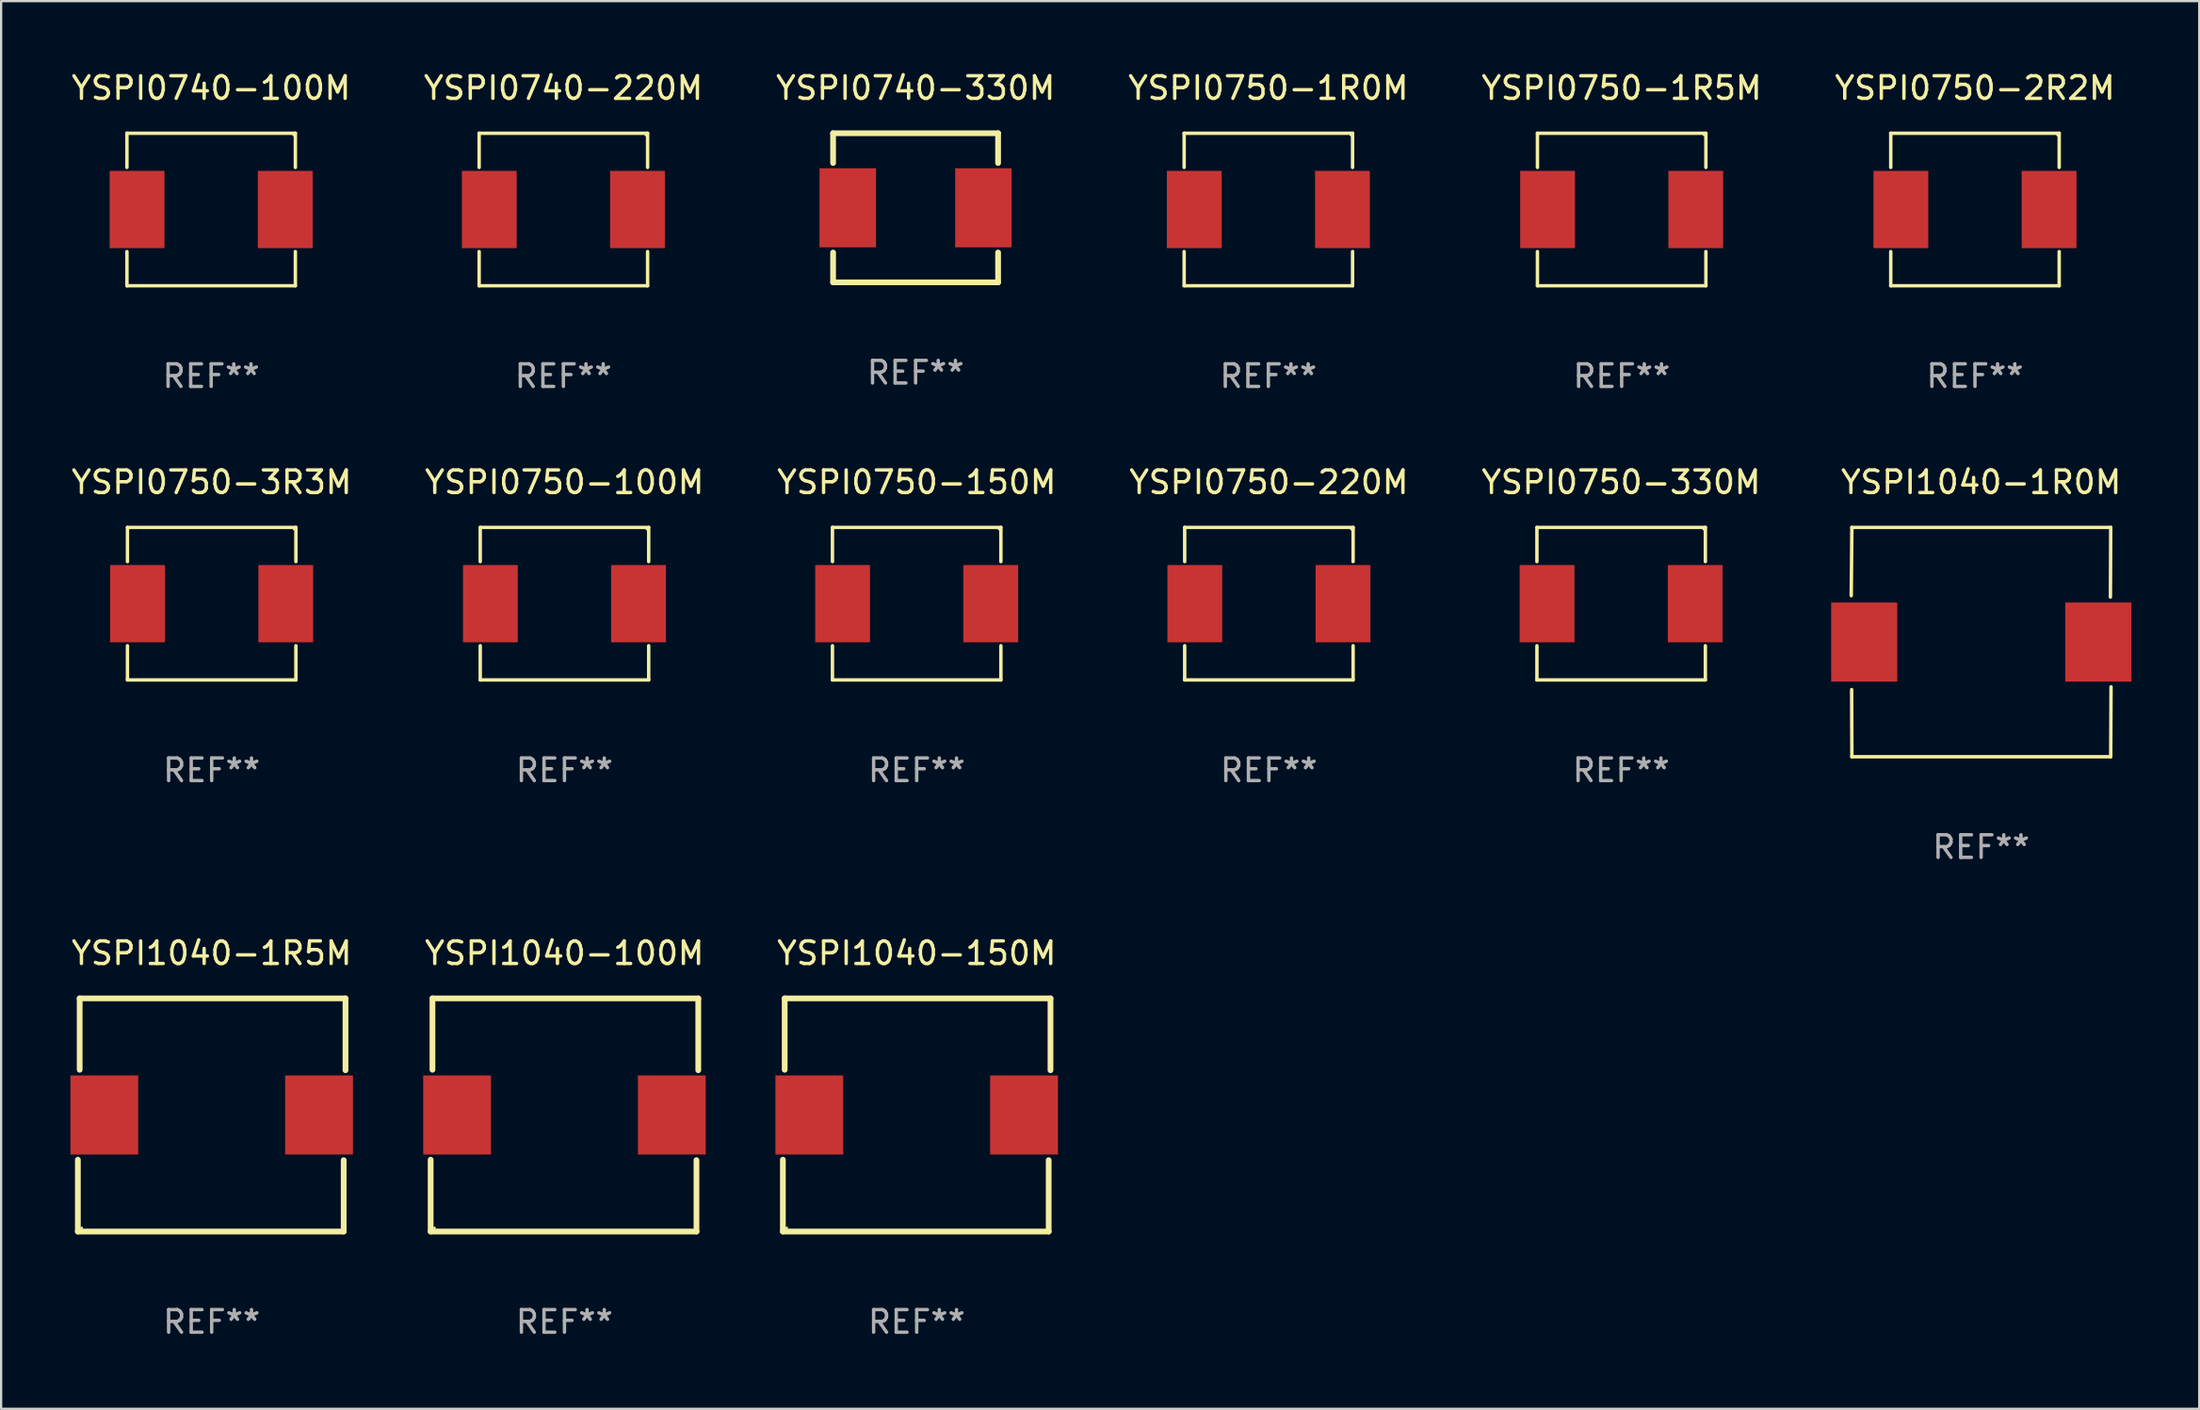
<source format=kicad_pcb>
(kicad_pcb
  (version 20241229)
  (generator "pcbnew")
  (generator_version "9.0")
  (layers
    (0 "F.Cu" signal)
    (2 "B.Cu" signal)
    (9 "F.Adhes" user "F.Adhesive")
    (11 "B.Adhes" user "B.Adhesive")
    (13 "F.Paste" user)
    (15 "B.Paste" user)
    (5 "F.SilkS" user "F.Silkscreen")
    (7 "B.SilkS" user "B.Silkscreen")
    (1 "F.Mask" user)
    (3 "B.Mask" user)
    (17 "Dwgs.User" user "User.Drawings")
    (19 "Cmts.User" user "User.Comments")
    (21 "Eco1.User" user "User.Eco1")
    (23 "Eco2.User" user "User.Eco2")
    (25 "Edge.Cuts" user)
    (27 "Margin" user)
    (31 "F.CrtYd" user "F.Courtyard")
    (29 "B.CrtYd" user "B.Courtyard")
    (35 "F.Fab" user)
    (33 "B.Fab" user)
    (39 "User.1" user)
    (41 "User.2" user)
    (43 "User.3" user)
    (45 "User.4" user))
  (footprint "YSPI0750-220M"
    (layer "F.Cu")
    (at 53.089 23.673)
    (property "Reference" "YSPI0750-220M" (at 0 -5.376 0) (layer "F.SilkS") (effects (font (size 1 1) (thickness 0.15))))
    (attr through_hole)
    (fp_line (start -3.726 -3.376) (end 3.726 -3.376) (stroke (width 0.152) (type solid)) (layer "F.SilkS"))
    (fp_line (start -3.726 -1.862) (end -3.726 -3.376) (stroke (width 0.152) (type solid)) (layer "F.SilkS"))
    (fp_line (start -3.726 1.862) (end -3.726 3.376) (stroke (width 0.152) (type solid)) (layer "F.SilkS"))
    (fp_line (start -3.726 3.376) (end 3.726 3.376) (stroke (width 0.152) (type solid)) (layer "F.SilkS"))
    (fp_line (start 3.726 -3.376) (end 3.726 -1.862) (stroke (width 0.152) (type solid)) (layer "F.SilkS"))
    (fp_line (start 3.726 3.376) (end 3.726 1.862) (stroke (width 0.152) (type solid)) (layer "F.SilkS"))
    (fp_circle (center 3.65 -3.3) (end 3.68 -3.3) (stroke (width 0.06) (type solid)) (fill no) (layer "F.SilkS"))
    (fp_text user "REF**" (at 0 7.376 0) (layer "F.Fab") (effects (font (size 1 1) (thickness 0.15))))
    (pad "1" smd rect (at 3.278 0) (size 2.424 3.42) (layers "F.Cu" "F.Mask" "F.Paste"))
    (pad "2" smd rect (at -3.278 0) (size 2.424 3.42) (layers "F.Cu" "F.Mask" "F.Paste")))
  (footprint "YSPI0740-220M"
    (layer "F.Cu")
    (at 21.875 6.224)
    (property "Reference" "YSPI0740-220M" (at 0 -5.376 0) (layer "F.SilkS") (effects (font (size 1 1) (thickness 0.15))))
    (attr through_hole)
    (fp_line (start -3.726 -3.376) (end 3.726 -3.376) (stroke (width 0.152) (type solid)) (layer "F.SilkS"))
    (fp_line (start -3.726 -1.862) (end -3.726 -3.376) (stroke (width 0.152) (type solid)) (layer "F.SilkS"))
    (fp_line (start -3.726 1.862) (end -3.726 3.376) (stroke (width 0.152) (type solid)) (layer "F.SilkS"))
    (fp_line (start -3.726 3.376) (end 3.726 3.376) (stroke (width 0.152) (type solid)) (layer "F.SilkS"))
    (fp_line (start 3.726 -3.376) (end 3.726 -1.862) (stroke (width 0.152) (type solid)) (layer "F.SilkS"))
    (fp_line (start 3.726 3.376) (end 3.726 1.862) (stroke (width 0.152) (type solid)) (layer "F.SilkS"))
    (fp_circle (center 3.65 -3.3) (end 3.68 -3.3) (stroke (width 0.06) (type solid)) (fill no) (layer "F.SilkS"))
    (fp_text user "REF**" (at 0 7.376 0) (layer "F.Fab") (effects (font (size 1 1) (thickness 0.15))))
    (pad "1" smd rect (at 3.278 0) (size 2.424 3.42) (layers "F.Cu" "F.Mask" "F.Paste"))
    (pad "2" smd rect (at -3.278 0) (size 2.424 3.42) (layers "F.Cu" "F.Mask" "F.Paste")))
  (footprint "YSPI1040-100M"
    (layer "F.Cu")
    (at 21.923 46.306)
    (property "Reference" "YSPI1040-100M" (at 0 -7.16 0) (layer "F.SilkS") (effects (font (size 1 1) (thickness 0.15))))
    (attr through_hole)
    (fp_line (start -5.92 5.16) (end -5.92 1.98) (stroke (width 0.254) (type solid)) (layer "F.SilkS"))
    (fp_line (start -5.84 -5.16) (end 5.92 -5.16) (stroke (width 0.254) (type solid)) (layer "F.SilkS"))
    (fp_line (start -5.84 -2) (end -5.84 -5.16) (stroke (width 0.254) (type solid)) (layer "F.SilkS"))
    (fp_line (start 5.84 2) (end 5.84 5.16) (stroke (width 0.254) (type solid)) (layer "F.SilkS"))
    (fp_line (start 5.84 5.16) (end -5.92 5.16) (stroke (width 0.254) (type solid)) (layer "F.SilkS"))
    (fp_line (start 5.92 -5.16) (end 5.92 -1.98) (stroke (width 0.254) (type solid)) (layer "F.SilkS"))
    (fp_circle (center -5.75 5) (end -5.72 5) (stroke (width 0.06) (type solid)) (fill no) (layer "F.SilkS"))
    (fp_text user "REF**" (at 0 9.16 0) (layer "F.Fab") (effects (font (size 1 1) (thickness 0.15))))
    (pad "1" smd rect (at -4.75 0) (size 3 3.5) (layers "F.Cu" "F.Mask" "F.Paste"))
    (pad "2" smd rect (at 4.75 0) (size 3 3.5) (layers "F.Cu" "F.Mask" "F.Paste")))
  (footprint "YSPI0740-100M"
    (layer "F.Cu")
    (at 6.292 6.224)
    (property "Reference" "YSPI0740-100M" (at 0 -5.376 0) (layer "F.SilkS") (effects (font (size 1 1) (thickness 0.15))))
    (attr through_hole)
    (fp_line (start -3.726 -3.376) (end 3.726 -3.376) (stroke (width 0.152) (type solid)) (layer "F.SilkS"))
    (fp_line (start -3.726 -1.862) (end -3.726 -3.376) (stroke (width 0.152) (type solid)) (layer "F.SilkS"))
    (fp_line (start -3.726 1.862) (end -3.726 3.376) (stroke (width 0.152) (type solid)) (layer "F.SilkS"))
    (fp_line (start -3.726 3.376) (end 3.726 3.376) (stroke (width 0.152) (type solid)) (layer "F.SilkS"))
    (fp_line (start 3.726 -3.376) (end 3.726 -1.862) (stroke (width 0.152) (type solid)) (layer "F.SilkS"))
    (fp_line (start 3.726 3.376) (end 3.726 1.862) (stroke (width 0.152) (type solid)) (layer "F.SilkS"))
    (fp_circle (center 3.65 -3.3) (end 3.68 -3.3) (stroke (width 0.06) (type solid)) (fill no) (layer "F.SilkS"))
    (fp_text user "REF**" (at 0 7.376 0) (layer "F.Fab") (effects (font (size 1 1) (thickness 0.15))))
    (pad "1" smd rect (at 3.278 0) (size 2.424 3.42) (layers "F.Cu" "F.Mask" "F.Paste"))
    (pad "2" smd rect (at -3.278 0) (size 2.424 3.42) (layers "F.Cu" "F.Mask" "F.Paste")))
  (footprint "YSPI0750-2R2M"
    (layer "F.Cu")
    (at 84.327 6.224)
    (property "Reference" "YSPI0750-2R2M" (at 0 -5.376 0) (layer "F.SilkS") (effects (font (size 1 1) (thickness 0.15))))
    (attr through_hole)
    (fp_line (start -3.726 -3.376) (end 3.726 -3.376) (stroke (width 0.152) (type solid)) (layer "F.SilkS"))
    (fp_line (start -3.726 -1.862) (end -3.726 -3.376) (stroke (width 0.152) (type solid)) (layer "F.SilkS"))
    (fp_line (start -3.726 1.862) (end -3.726 3.376) (stroke (width 0.152) (type solid)) (layer "F.SilkS"))
    (fp_line (start -3.726 3.376) (end 3.726 3.376) (stroke (width 0.152) (type solid)) (layer "F.SilkS"))
    (fp_line (start 3.726 -3.376) (end 3.726 -1.862) (stroke (width 0.152) (type solid)) (layer "F.SilkS"))
    (fp_line (start 3.726 3.376) (end 3.726 1.862) (stroke (width 0.152) (type solid)) (layer "F.SilkS"))
    (fp_circle (center 3.65 -3.3) (end 3.68 -3.3) (stroke (width 0.06) (type solid)) (fill no) (layer "F.SilkS"))
    (fp_text user "REF**" (at 0 7.376 0) (layer "F.Fab") (effects (font (size 1 1) (thickness 0.15))))
    (pad "1" smd rect (at 3.278 0) (size 2.424 3.42) (layers "F.Cu" "F.Mask" "F.Paste"))
    (pad "2" smd rect (at -3.278 0) (size 2.424 3.42) (layers "F.Cu" "F.Mask" "F.Paste")))
  (footprint "YSPI1040-1R0M"
    (layer "F.Cu")
    (at 84.6 25.373)
    (property "Reference" "YSPI1040-1R0M" (at 0 -7.076 0) (layer "F.SilkS") (effects (font (size 1 1) (thickness 0.15))))
    (attr through_hole)
    (fp_line (start -5.747 -2.055) (end -5.719 -5.076) (stroke (width 0.152) (type solid)) (layer "F.SilkS"))
    (fp_line (start -5.729 2.102) (end -5.719 5.076) (stroke (width 0.152) (type solid)) (layer "F.SilkS"))
    (fp_line (start -5.719 -5.076) (end 5.733 -5.076) (stroke (width 0.152) (type solid)) (layer "F.SilkS"))
    (fp_line (start -5.719 5.076) (end 5.733 5.076) (stroke (width 0.152) (type solid)) (layer "F.SilkS"))
    (fp_line (start 5.733 -5.076) (end 5.72 -1.993) (stroke (width 0.152) (type solid)) (layer "F.SilkS"))
    (fp_line (start 5.733 5.076) (end 5.747 1.981) (stroke (width 0.152) (type solid)) (layer "F.SilkS"))
    (fp_circle (center 5.757 -5) (end 5.787 -5) (stroke (width 0.06) (type solid)) (fill no) (layer "F.SilkS"))
    (fp_text user "REF**" (at 0 9.076 0) (layer "F.Fab") (effects (font (size 1 1) (thickness 0.15))))
    (pad "1" smd rect (at 5.187 0) (size 2.924 3.5) (layers "F.Cu" "F.Mask" "F.Paste"))
    (pad "2" smd rect (at -5.173 0) (size 2.924 3.5) (layers "F.Cu" "F.Mask" "F.Paste")))
  (footprint "YSPI0750-100M"
    (layer "F.Cu")
    (at 21.923 23.673)
    (property "Reference" "YSPI0750-100M" (at 0 -5.376 0) (layer "F.SilkS") (effects (font (size 1 1) (thickness 0.15))))
    (attr through_hole)
    (fp_line (start -3.726 -3.376) (end 3.726 -3.376) (stroke (width 0.152) (type solid)) (layer "F.SilkS"))
    (fp_line (start -3.726 -1.862) (end -3.726 -3.376) (stroke (width 0.152) (type solid)) (layer "F.SilkS"))
    (fp_line (start -3.726 1.862) (end -3.726 3.376) (stroke (width 0.152) (type solid)) (layer "F.SilkS"))
    (fp_line (start -3.726 3.376) (end 3.726 3.376) (stroke (width 0.152) (type solid)) (layer "F.SilkS"))
    (fp_line (start 3.726 -3.376) (end 3.726 -1.862) (stroke (width 0.152) (type solid)) (layer "F.SilkS"))
    (fp_line (start 3.726 3.376) (end 3.726 1.862) (stroke (width 0.152) (type solid)) (layer "F.SilkS"))
    (fp_circle (center 3.65 -3.3) (end 3.68 -3.3) (stroke (width 0.06) (type solid)) (fill no) (layer "F.SilkS"))
    (fp_text user "REF**" (at 0 7.376 0) (layer "F.Fab") (effects (font (size 1 1) (thickness 0.15))))
    (pad "1" smd rect (at 3.278 0) (size 2.424 3.42) (layers "F.Cu" "F.Mask" "F.Paste"))
    (pad "2" smd rect (at -3.278 0) (size 2.424 3.42) (layers "F.Cu" "F.Mask" "F.Paste")))
  (footprint "YSPI0750-1R0M"
    (layer "F.Cu")
    (at 53.065 6.224)
    (property "Reference" "YSPI0750-1R0M" (at 0 -5.376 0) (layer "F.SilkS") (effects (font (size 1 1) (thickness 0.15))))
    (attr through_hole)
    (fp_line (start -3.726 -3.376) (end 3.726 -3.376) (stroke (width 0.152) (type solid)) (layer "F.SilkS"))
    (fp_line (start -3.726 -1.862) (end -3.726 -3.376) (stroke (width 0.152) (type solid)) (layer "F.SilkS"))
    (fp_line (start -3.726 1.862) (end -3.726 3.376) (stroke (width 0.152) (type solid)) (layer "F.SilkS"))
    (fp_line (start -3.726 3.376) (end 3.726 3.376) (stroke (width 0.152) (type solid)) (layer "F.SilkS"))
    (fp_line (start 3.726 -3.376) (end 3.726 -1.862) (stroke (width 0.152) (type solid)) (layer "F.SilkS"))
    (fp_line (start 3.726 3.376) (end 3.726 1.862) (stroke (width 0.152) (type solid)) (layer "F.SilkS"))
    (fp_circle (center 3.65 -3.3) (end 3.68 -3.3) (stroke (width 0.06) (type solid)) (fill no) (layer "F.SilkS"))
    (fp_text user "REF**" (at 0 7.376 0) (layer "F.Fab") (effects (font (size 1 1) (thickness 0.15))))
    (pad "1" smd rect (at 3.278 0) (size 2.424 3.42) (layers "F.Cu" "F.Mask" "F.Paste"))
    (pad "2" smd rect (at -3.278 0) (size 2.424 3.42) (layers "F.Cu" "F.Mask" "F.Paste")))
  (footprint "YSPI0750-150M"
    (layer "F.Cu")
    (at 37.506 23.673)
    (property "Reference" "YSPI0750-150M" (at 0 -5.376 0) (layer "F.SilkS") (effects (font (size 1 1) (thickness 0.15))))
    (attr through_hole)
    (fp_line (start -3.726 -3.376) (end 3.726 -3.376) (stroke (width 0.152) (type solid)) (layer "F.SilkS"))
    (fp_line (start -3.726 -1.862) (end -3.726 -3.376) (stroke (width 0.152) (type solid)) (layer "F.SilkS"))
    (fp_line (start -3.726 1.862) (end -3.726 3.376) (stroke (width 0.152) (type solid)) (layer "F.SilkS"))
    (fp_line (start -3.726 3.376) (end 3.726 3.376) (stroke (width 0.152) (type solid)) (layer "F.SilkS"))
    (fp_line (start 3.726 -3.376) (end 3.726 -1.862) (stroke (width 0.152) (type solid)) (layer "F.SilkS"))
    (fp_line (start 3.726 3.376) (end 3.726 1.862) (stroke (width 0.152) (type solid)) (layer "F.SilkS"))
    (fp_circle (center 3.65 -3.3) (end 3.68 -3.3) (stroke (width 0.06) (type solid)) (fill no) (layer "F.SilkS"))
    (fp_text user "REF**" (at 0 7.376 0) (layer "F.Fab") (effects (font (size 1 1) (thickness 0.15))))
    (pad "1" smd rect (at 3.278 0) (size 2.424 3.42) (layers "F.Cu" "F.Mask" "F.Paste"))
    (pad "2" smd rect (at -3.278 0) (size 2.424 3.42) (layers "F.Cu" "F.Mask" "F.Paste")))
  (footprint "YSPI0750-330M"
    (layer "F.Cu")
    (at 68.673 23.673)
    (property "Reference" "YSPI0750-330M" (at 0 -5.376 0) (layer "F.SilkS") (effects (font (size 1 1) (thickness 0.15))))
    (attr through_hole)
    (fp_line (start -3.726 -3.376) (end 3.726 -3.376) (stroke (width 0.152) (type solid)) (layer "F.SilkS"))
    (fp_line (start -3.726 -1.862) (end -3.726 -3.376) (stroke (width 0.152) (type solid)) (layer "F.SilkS"))
    (fp_line (start -3.726 1.862) (end -3.726 3.376) (stroke (width 0.152) (type solid)) (layer "F.SilkS"))
    (fp_line (start -3.726 3.376) (end 3.726 3.376) (stroke (width 0.152) (type solid)) (layer "F.SilkS"))
    (fp_line (start 3.726 -3.376) (end 3.726 -1.862) (stroke (width 0.152) (type solid)) (layer "F.SilkS"))
    (fp_line (start 3.726 3.376) (end 3.726 1.862) (stroke (width 0.152) (type solid)) (layer "F.SilkS"))
    (fp_circle (center 3.65 -3.3) (end 3.68 -3.3) (stroke (width 0.06) (type solid)) (fill no) (layer "F.SilkS"))
    (fp_text user "REF**" (at 0 7.376 0) (layer "F.Fab") (effects (font (size 1 1) (thickness 0.15))))
    (pad "1" smd rect (at 3.278 0) (size 2.424 3.42) (layers "F.Cu" "F.Mask" "F.Paste"))
    (pad "2" smd rect (at -3.278 0) (size 2.424 3.42) (layers "F.Cu" "F.Mask" "F.Paste")))
  (footprint "YSPI1040-150M"
    (layer "F.Cu")
    (at 37.506 46.306)
    (property "Reference" "YSPI1040-150M" (at 0 -7.16 0) (layer "F.SilkS") (effects (font (size 1 1) (thickness 0.15))))
    (attr through_hole)
    (fp_line (start -5.92 5.16) (end -5.92 1.98) (stroke (width 0.254) (type solid)) (layer "F.SilkS"))
    (fp_line (start -5.84 -5.16) (end 5.92 -5.16) (stroke (width 0.254) (type solid)) (layer "F.SilkS"))
    (fp_line (start -5.84 -2) (end -5.84 -5.16) (stroke (width 0.254) (type solid)) (layer "F.SilkS"))
    (fp_line (start 5.84 2) (end 5.84 5.16) (stroke (width 0.254) (type solid)) (layer "F.SilkS"))
    (fp_line (start 5.84 5.16) (end -5.92 5.16) (stroke (width 0.254) (type solid)) (layer "F.SilkS"))
    (fp_line (start 5.92 -5.16) (end 5.92 -1.98) (stroke (width 0.254) (type solid)) (layer "F.SilkS"))
    (fp_circle (center -5.75 5) (end -5.72 5) (stroke (width 0.06) (type solid)) (fill no) (layer "F.SilkS"))
    (fp_text user "REF**" (at 0 9.16 0) (layer "F.Fab") (effects (font (size 1 1) (thickness 0.15))))
    (pad "1" smd rect (at -4.75 0) (size 3 3.5) (layers "F.Cu" "F.Mask" "F.Paste"))
    (pad "2" smd rect (at 4.75 0) (size 3 3.5) (layers "F.Cu" "F.Mask" "F.Paste")))
  (footprint "YSPI0740-330M"
    (layer "F.Cu")
    (at 37.458 6.148)
    (property "Reference" "YSPI0740-330M" (at 0 -5.3 0) (layer "F.SilkS") (effects (font (size 1 1) (thickness 0.15))))
    (attr through_hole)
    (fp_line (start -3.65 -3.3) (end 3.65 -3.3) (stroke (width 0.254) (type solid)) (layer "F.SilkS"))
    (fp_line (start -3.65 -1.981) (end -3.65 -3.3) (stroke (width 0.254) (type solid)) (layer "F.SilkS"))
    (fp_line (start -3.65 3.3) (end -3.65 1.981) (stroke (width 0.254) (type solid)) (layer "F.SilkS"))
    (fp_line (start 3.65 -3.3) (end 3.65 -1.981) (stroke (width 0.254) (type solid)) (layer "F.SilkS"))
    (fp_line (start 3.65 1.981) (end 3.65 3.3) (stroke (width 0.254) (type solid)) (layer "F.SilkS"))
    (fp_line (start 3.65 3.3) (end -3.65 3.3) (stroke (width 0.254) (type solid)) (layer "F.SilkS"))
    (fp_circle (center -3.65 3.3) (end -3.62 3.3) (stroke (width 0.06) (type solid)) (fill no) (layer "F.SilkS"))
    (fp_text user "REF**" (at 0 7.3 0) (layer "F.Fab") (effects (font (size 1 1) (thickness 0.15))))
    (pad "1" smd rect (at -3 0) (size 2.5 3.5) (layers "F.Cu" "F.Mask" "F.Paste"))
    (pad "2" smd rect (at 3 0) (size 2.5 3.5) (layers "F.Cu" "F.Mask" "F.Paste")))
  (footprint "YSPI1040-1R5M"
    (layer "F.Cu")
    (at 6.315 46.306)
    (property "Reference" "YSPI1040-1R5M" (at 0 -7.16 0) (layer "F.SilkS") (effects (font (size 1 1) (thickness 0.15))))
    (attr through_hole)
    (fp_line (start -5.92 5.16) (end -5.92 1.98) (stroke (width 0.254) (type solid)) (layer "F.SilkS"))
    (fp_line (start -5.84 -5.16) (end 5.92 -5.16) (stroke (width 0.254) (type solid)) (layer "F.SilkS"))
    (fp_line (start -5.84 -2) (end -5.84 -5.16) (stroke (width 0.254) (type solid)) (layer "F.SilkS"))
    (fp_line (start 5.84 2) (end 5.84 5.16) (stroke (width 0.254) (type solid)) (layer "F.SilkS"))
    (fp_line (start 5.84 5.16) (end -5.92 5.16) (stroke (width 0.254) (type solid)) (layer "F.SilkS"))
    (fp_line (start 5.92 -5.16) (end 5.92 -1.98) (stroke (width 0.254) (type solid)) (layer "F.SilkS"))
    (fp_circle (center -5.75 5) (end -5.72 5) (stroke (width 0.06) (type solid)) (fill no) (layer "F.SilkS"))
    (fp_text user "REF**" (at 0 9.16 0) (layer "F.Fab") (effects (font (size 1 1) (thickness 0.15))))
    (pad "1" smd rect (at -4.75 0) (size 3 3.5) (layers "F.Cu" "F.Mask" "F.Paste"))
    (pad "2" smd rect (at 4.75 0) (size 3 3.5) (layers "F.Cu" "F.Mask" "F.Paste")))
  (footprint "YSPI0750-3R3M"
    (layer "F.Cu")
    (at 6.315 23.673)
    (property "Reference" "YSPI0750-3R3M" (at 0 -5.376 0) (layer "F.SilkS") (effects (font (size 1 1) (thickness 0.15))))
    (attr through_hole)
    (fp_line (start -3.726 -3.376) (end 3.726 -3.376) (stroke (width 0.152) (type solid)) (layer "F.SilkS"))
    (fp_line (start -3.726 -1.862) (end -3.726 -3.376) (stroke (width 0.152) (type solid)) (layer "F.SilkS"))
    (fp_line (start -3.726 1.862) (end -3.726 3.376) (stroke (width 0.152) (type solid)) (layer "F.SilkS"))
    (fp_line (start -3.726 3.376) (end 3.726 3.376) (stroke (width 0.152) (type solid)) (layer "F.SilkS"))
    (fp_line (start 3.726 -3.376) (end 3.726 -1.862) (stroke (width 0.152) (type solid)) (layer "F.SilkS"))
    (fp_line (start 3.726 3.376) (end 3.726 1.862) (stroke (width 0.152) (type solid)) (layer "F.SilkS"))
    (fp_circle (center 3.65 -3.3) (end 3.68 -3.3) (stroke (width 0.06) (type solid)) (fill no) (layer "F.SilkS"))
    (fp_text user "REF**" (at 0 7.376 0) (layer "F.Fab") (effects (font (size 1 1) (thickness 0.15))))
    (pad "1" smd rect (at 3.278 0) (size 2.424 3.42) (layers "F.Cu" "F.Mask" "F.Paste"))
    (pad "2" smd rect (at -3.278 0) (size 2.424 3.42) (layers "F.Cu" "F.Mask" "F.Paste")))
  (footprint "YSPI0750-1R5M"
    (layer "F.Cu")
    (at 68.696 6.224)
    (property "Reference" "YSPI0750-1R5M" (at 0 -5.376 0) (layer "F.SilkS") (effects (font (size 1 1) (thickness 0.15))))
    (attr through_hole)
    (fp_line (start -3.726 -3.376) (end 3.726 -3.376) (stroke (width 0.152) (type solid)) (layer "F.SilkS"))
    (fp_line (start -3.726 -1.862) (end -3.726 -3.376) (stroke (width 0.152) (type solid)) (layer "F.SilkS"))
    (fp_line (start -3.726 1.862) (end -3.726 3.376) (stroke (width 0.152) (type solid)) (layer "F.SilkS"))
    (fp_line (start -3.726 3.376) (end 3.726 3.376) (stroke (width 0.152) (type solid)) (layer "F.SilkS"))
    (fp_line (start 3.726 -3.376) (end 3.726 -1.862) (stroke (width 0.152) (type solid)) (layer "F.SilkS"))
    (fp_line (start 3.726 3.376) (end 3.726 1.862) (stroke (width 0.152) (type solid)) (layer "F.SilkS"))
    (fp_circle (center 3.65 -3.3) (end 3.68 -3.3) (stroke (width 0.06) (type solid)) (fill no) (layer "F.SilkS"))
    (fp_text user "REF**" (at 0 7.376 0) (layer "F.Fab") (effects (font (size 1 1) (thickness 0.15))))
    (pad "1" smd rect (at 3.278 0) (size 2.424 3.42) (layers "F.Cu" "F.Mask" "F.Paste"))
    (pad "2" smd rect (at -3.278 0) (size 2.424 3.42) (layers "F.Cu" "F.Mask" "F.Paste")))
  (gr_rect
    (start -3 -3)
    (end 94.249 59.314)
    (stroke (width 0.1) (type default))
    (fill no)
    (layer "Edge.Cuts")))
</source>
